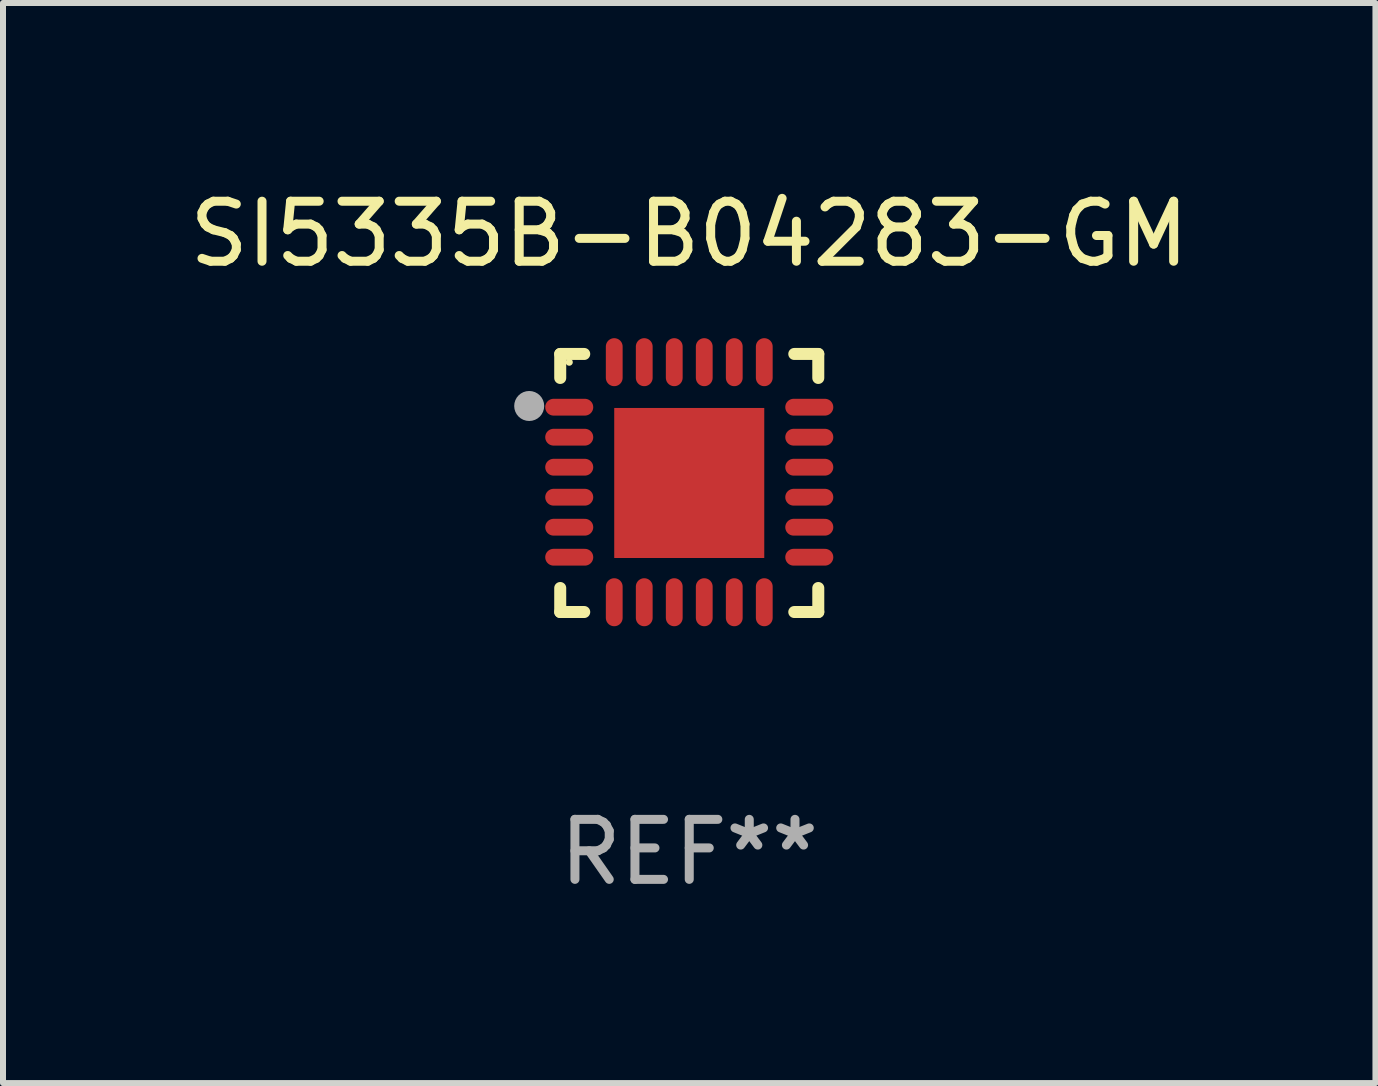
<source format=kicad_pcb>
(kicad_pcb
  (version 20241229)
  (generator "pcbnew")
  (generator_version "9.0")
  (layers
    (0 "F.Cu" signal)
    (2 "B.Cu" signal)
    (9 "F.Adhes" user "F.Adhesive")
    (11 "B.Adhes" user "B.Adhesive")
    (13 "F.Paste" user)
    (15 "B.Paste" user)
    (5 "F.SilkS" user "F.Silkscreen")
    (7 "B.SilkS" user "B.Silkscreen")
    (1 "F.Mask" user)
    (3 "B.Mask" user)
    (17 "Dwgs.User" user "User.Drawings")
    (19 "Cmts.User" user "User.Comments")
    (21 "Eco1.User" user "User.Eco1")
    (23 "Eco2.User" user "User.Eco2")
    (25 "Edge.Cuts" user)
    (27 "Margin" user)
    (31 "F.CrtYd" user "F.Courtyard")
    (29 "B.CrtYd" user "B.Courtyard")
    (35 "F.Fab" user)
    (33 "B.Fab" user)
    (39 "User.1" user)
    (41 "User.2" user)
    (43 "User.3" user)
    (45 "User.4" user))
  (footprint "SI5335B-B04283-GM"
    (layer "F.Cu")
    (at 8.435 4.998)
    (property "Reference" "SI5335B-B04283-GM" (at 0 -4.15 0) (layer "F.SilkS") (effects (font (size 1 1) (thickness 0.15))))
    (attr through_hole)
    (fp_line (start -2.15 -2.15) (end -1.75 -2.15) (stroke (width 0.2) (type solid)) (layer "F.SilkS"))
    (fp_line (start -2.15 -1.75) (end -2.15 -2.15) (stroke (width 0.2) (type solid)) (layer "F.SilkS"))
    (fp_line (start -2.15 2.15) (end -2.15 1.75) (stroke (width 0.2) (type solid)) (layer "F.SilkS"))
    (fp_line (start -1.75 2.15) (end -2.15 2.15) (stroke (width 0.2) (type solid)) (layer "F.SilkS"))
    (fp_line (start 1.75 -2.15) (end 2.15 -2.15) (stroke (width 0.2) (type solid)) (layer "F.SilkS"))
    (fp_line (start 1.75 2.15) (end 2.15 2.15) (stroke (width 0.2) (type solid)) (layer "F.SilkS"))
    (fp_line (start 2.15 -2.15) (end 2.15 -1.75) (stroke (width 0.2) (type solid)) (layer "F.SilkS"))
    (fp_line (start 2.15 2.15) (end 2.15 1.75) (stroke (width 0.2) (type solid)) (layer "F.SilkS"))
    (fp_circle (center -2 -2.013) (end -1.97 -2.013) (stroke (width 0.06) (type solid)) (fill no) (layer "F.SilkS"))
    (fp_circle (center -2.667 -1.283) (end -2.542 -1.283) (stroke (width 0.25) (type solid)) (fill no) (layer "F.Fab"))
    (fp_text user "REF**" (at 0 6.15 0) (layer "F.Fab") (effects (font (size 1 1) (thickness 0.15))))
    (pad "1" smd oval (at -2 -1.263) (size 0.8 0.28) (layers "F.Cu" "F.Mask" "F.Paste"))
    (pad "2" smd oval (at -2 -0.763) (size 0.8 0.28) (layers "F.Cu" "F.Mask" "F.Paste"))
    (pad "3" smd oval (at -2 -0.263) (size 0.8 0.28) (layers "F.Cu" "F.Mask" "F.Paste"))
    (pad "4" smd oval (at -2 0.237) (size 0.8 0.28) (layers "F.Cu" "F.Mask" "F.Paste"))
    (pad "5" smd oval (at -2 0.737) (size 0.8 0.28) (layers "F.Cu" "F.Mask" "F.Paste"))
    (pad "6" smd oval (at -2 1.237) (size 0.8 0.28) (layers "F.Cu" "F.Mask" "F.Paste"))
    (pad "7" smd oval (at -1.25 1.987) (size 0.28 0.8) (layers "F.Cu" "F.Mask" "F.Paste"))
    (pad "8" smd oval (at -0.75 1.987) (size 0.28 0.8) (layers "F.Cu" "F.Mask" "F.Paste"))
    (pad "9" smd oval (at -0.25 1.987) (size 0.28 0.8) (layers "F.Cu" "F.Mask" "F.Paste"))
    (pad "10" smd oval (at 0.25 1.987) (size 0.28 0.8) (layers "F.Cu" "F.Mask" "F.Paste"))
    (pad "11" smd oval (at 0.75 1.987) (size 0.28 0.8) (layers "F.Cu" "F.Mask" "F.Paste"))
    (pad "12" smd oval (at 1.25 1.987) (size 0.28 0.8) (layers "F.Cu" "F.Mask" "F.Paste"))
    (pad "13" smd oval (at 2 1.237) (size 0.8 0.28) (layers "F.Cu" "F.Mask" "F.Paste"))
    (pad "14" smd oval (at 2 0.737) (size 0.8 0.28) (layers "F.Cu" "F.Mask" "F.Paste"))
    (pad "15" smd oval (at 2 0.237) (size 0.8 0.28) (layers "F.Cu" "F.Mask" "F.Paste"))
    (pad "16" smd oval (at 2 -0.263) (size 0.8 0.28) (layers "F.Cu" "F.Mask" "F.Paste"))
    (pad "17" smd oval (at 2 -0.763) (size 0.8 0.28) (layers "F.Cu" "F.Mask" "F.Paste"))
    (pad "18" smd oval (at 2 -1.263) (size 0.8 0.28) (layers "F.Cu" "F.Mask" "F.Paste"))
    (pad "19" smd oval (at 1.25 -2.013) (size 0.28 0.8) (layers "F.Cu" "F.Mask" "F.Paste"))
    (pad "20" smd oval (at 0.75 -2.013) (size 0.28 0.8) (layers "F.Cu" "F.Mask" "F.Paste"))
    (pad "21" smd oval (at 0.25 -2.013) (size 0.28 0.8) (layers "F.Cu" "F.Mask" "F.Paste"))
    (pad "22" smd oval (at -0.25 -2.013) (size 0.28 0.8) (layers "F.Cu" "F.Mask" "F.Paste"))
    (pad "23" smd oval (at -0.75 -2.013) (size 0.28 0.8) (layers "F.Cu" "F.Mask" "F.Paste"))
    (pad "24" smd oval (at -1.25 -2.013) (size 0.28 0.8) (layers "F.Cu" "F.Mask" "F.Paste"))
    (pad "25" smd rect (at -0.000127 -0.00014) (size 2.5 2.5) (layers "F.Cu" "F.Mask" "F.Paste")))
  (gr_rect
    (start -3 -3)
    (end 19.869 14.997)
    (stroke (width 0.1) (type default))
    (fill no)
    (layer "Edge.Cuts")))
</source>
